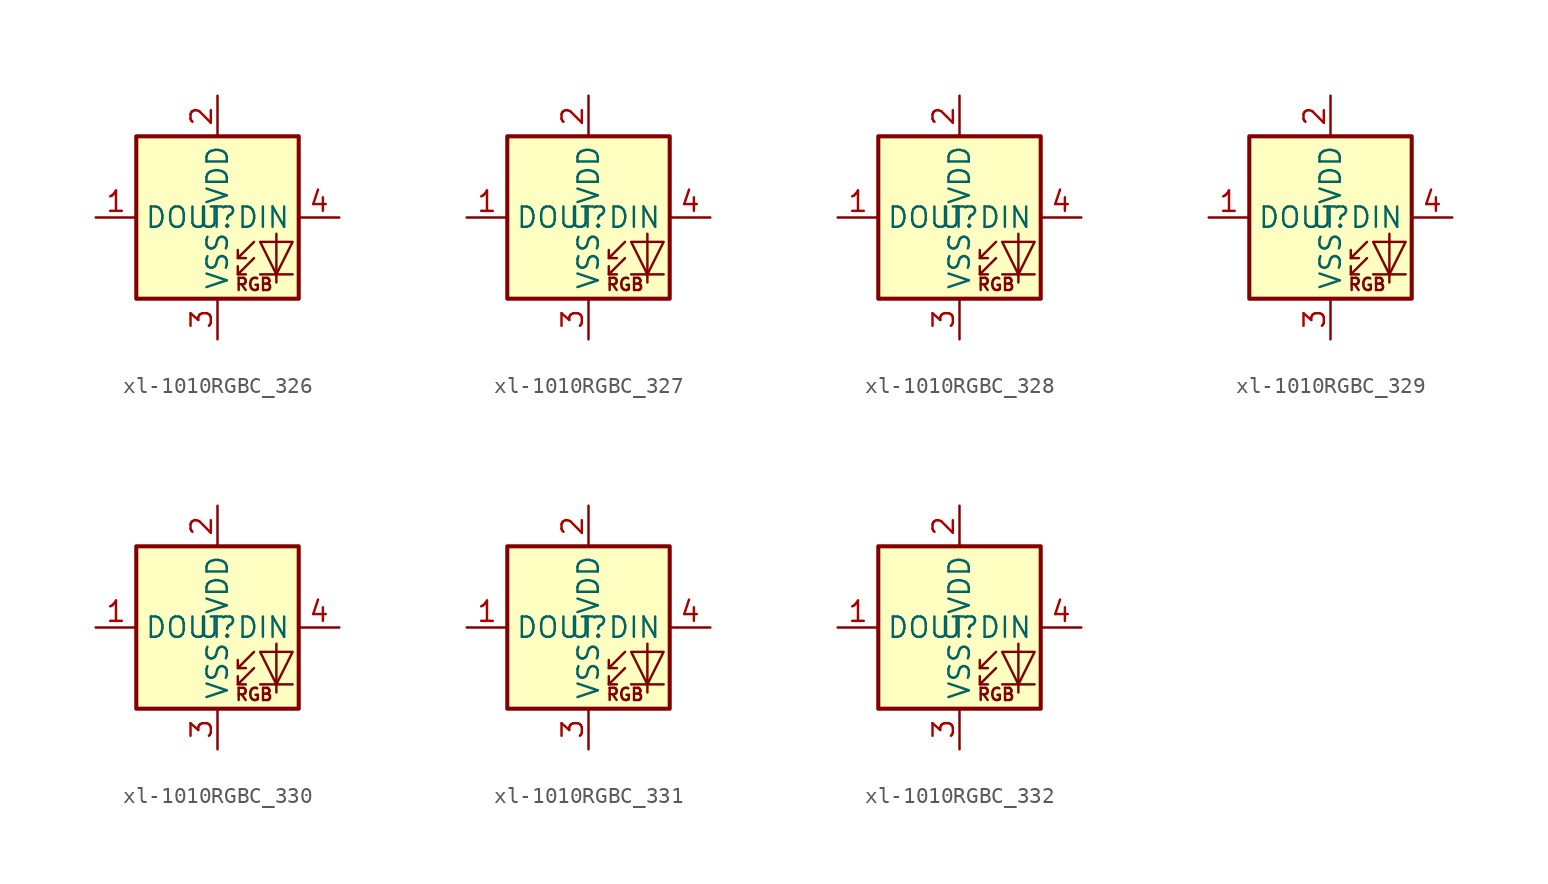
<source format=kicad_sym>
(kicad_symbol_lib
  (version 20231120)
  (generator "kicad_symbol_editor")
  (generator_version "8.0")
  (symbol "xl-1010RGBC_326"
    (property "Reference" "U"
      (at 0 0 0)
      (effects (font (size 1.27 1.27))))
    (property "Value" ""
      (at 0 0 0)
      (effects (font (size 1.27 1.27))))
    (symbol "xl-1010RGBC_326_0_0"
      (text "RGB" (at 2.286 -4.191 0) (effects (font (size 0.762 0.762)))))
    (symbol "xl-1010RGBC_326_0_1"
      (polyline (pts (xy 1.27 -3.556) (xy 1.778 -3.556)) (stroke (width 0) (type default)) (fill (type none)))
      (polyline (pts (xy 1.27 -2.54) (xy 1.778 -2.54)) (stroke (width 0) (type default)) (fill (type none)))
      (polyline (pts (xy 4.699 -3.556) (xy 2.667 -3.556)) (stroke (width 0) (type default)) (fill (type none)))
      (polyline (pts (xy 2.286 -2.54) (xy 1.27 -3.556) (xy 1.27 -3.048)) (stroke (width 0) (type default)) (fill (type none)))
      (polyline (pts (xy 2.286 -1.524) (xy 1.27 -2.54) (xy 1.27 -2.032)) (stroke (width 0) (type default)) (fill (type none)))
      (polyline (pts (xy 3.683 -1.016) (xy 3.683 -3.556) (xy 3.683 -4.064)) (stroke (width 0) (type default)) (fill (type none)))
      (polyline (pts (xy 4.699 -1.524) (xy 2.667 -1.524) (xy 3.683 -3.556) (xy 4.699 -1.524)) (stroke (width 0) (type default)) (fill (type none)))
      (rectangle (start 5.08 5.08) (end -5.08 -5.08) (stroke (width 0.254) (type default)) (fill (type background))))
    (symbol "xl-1010RGBC_326_1_1"
      (pin output line (at -7.62 0 0) (length 2.54) (name "DOUT" (effects (font (size 1.27 1.27)))) (number "1" (effects (font (size 1.27 1.27)))))
      (pin power_in line (at 0 7.62 270) (length 2.54) (name "VDD" (effects (font (size 1.27 1.27)))) (number "2" (effects (font (size 1.27 1.27)))))
      (pin power_in line (at 0 -7.62 90) (length 2.54) (name "VSS" (effects (font (size 1.27 1.27)))) (number "3" (effects (font (size 1.27 1.27)))))
      (pin input line (at 7.62 0 180) (length 2.54) (name "DIN" (effects (font (size 1.27 1.27)))) (number "4" (effects (font (size 1.27 1.27)))))))
  (symbol "xl-1010RGBC_327"
    (property "Reference" "U"
      (at 0 0 0)
      (effects (font (size 1.27 1.27))))
    (property "Value" ""
      (at 0 0 0)
      (effects (font (size 1.27 1.27))))
    (symbol "xl-1010RGBC_327_0_0"
      (text "RGB" (at 2.286 -4.191 0) (effects (font (size 0.762 0.762)))))
    (symbol "xl-1010RGBC_327_0_1"
      (polyline (pts (xy 1.27 -3.556) (xy 1.778 -3.556)) (stroke (width 0) (type default)) (fill (type none)))
      (polyline (pts (xy 1.27 -2.54) (xy 1.778 -2.54)) (stroke (width 0) (type default)) (fill (type none)))
      (polyline (pts (xy 4.699 -3.556) (xy 2.667 -3.556)) (stroke (width 0) (type default)) (fill (type none)))
      (polyline (pts (xy 2.286 -2.54) (xy 1.27 -3.556) (xy 1.27 -3.048)) (stroke (width 0) (type default)) (fill (type none)))
      (polyline (pts (xy 2.286 -1.524) (xy 1.27 -2.54) (xy 1.27 -2.032)) (stroke (width 0) (type default)) (fill (type none)))
      (polyline (pts (xy 3.683 -1.016) (xy 3.683 -3.556) (xy 3.683 -4.064)) (stroke (width 0) (type default)) (fill (type none)))
      (polyline (pts (xy 4.699 -1.524) (xy 2.667 -1.524) (xy 3.683 -3.556) (xy 4.699 -1.524)) (stroke (width 0) (type default)) (fill (type none)))
      (rectangle (start 5.08 5.08) (end -5.08 -5.08) (stroke (width 0.254) (type default)) (fill (type background))))
    (symbol "xl-1010RGBC_327_1_1"
      (pin output line (at -7.62 0 0) (length 2.54) (name "DOUT" (effects (font (size 1.27 1.27)))) (number "1" (effects (font (size 1.27 1.27)))))
      (pin power_in line (at 0 7.62 270) (length 2.54) (name "VDD" (effects (font (size 1.27 1.27)))) (number "2" (effects (font (size 1.27 1.27)))))
      (pin power_in line (at 0 -7.62 90) (length 2.54) (name "VSS" (effects (font (size 1.27 1.27)))) (number "3" (effects (font (size 1.27 1.27)))))
      (pin input line (at 7.62 0 180) (length 2.54) (name "DIN" (effects (font (size 1.27 1.27)))) (number "4" (effects (font (size 1.27 1.27)))))))
  (symbol "xl-1010RGBC_328"
    (property "Reference" "U"
      (at 0 0 0)
      (effects (font (size 1.27 1.27))))
    (property "Value" ""
      (at 0 0 0)
      (effects (font (size 1.27 1.27))))
    (symbol "xl-1010RGBC_328_0_0"
      (text "RGB" (at 2.286 -4.191 0) (effects (font (size 0.762 0.762)))))
    (symbol "xl-1010RGBC_328_0_1"
      (polyline (pts (xy 1.27 -3.556) (xy 1.778 -3.556)) (stroke (width 0) (type default)) (fill (type none)))
      (polyline (pts (xy 1.27 -2.54) (xy 1.778 -2.54)) (stroke (width 0) (type default)) (fill (type none)))
      (polyline (pts (xy 4.699 -3.556) (xy 2.667 -3.556)) (stroke (width 0) (type default)) (fill (type none)))
      (polyline (pts (xy 2.286 -2.54) (xy 1.27 -3.556) (xy 1.27 -3.048)) (stroke (width 0) (type default)) (fill (type none)))
      (polyline (pts (xy 2.286 -1.524) (xy 1.27 -2.54) (xy 1.27 -2.032)) (stroke (width 0) (type default)) (fill (type none)))
      (polyline (pts (xy 3.683 -1.016) (xy 3.683 -3.556) (xy 3.683 -4.064)) (stroke (width 0) (type default)) (fill (type none)))
      (polyline (pts (xy 4.699 -1.524) (xy 2.667 -1.524) (xy 3.683 -3.556) (xy 4.699 -1.524)) (stroke (width 0) (type default)) (fill (type none)))
      (rectangle (start 5.08 5.08) (end -5.08 -5.08) (stroke (width 0.254) (type default)) (fill (type background))))
    (symbol "xl-1010RGBC_328_1_1"
      (pin output line (at -7.62 0 0) (length 2.54) (name "DOUT" (effects (font (size 1.27 1.27)))) (number "1" (effects (font (size 1.27 1.27)))))
      (pin power_in line (at 0 7.62 270) (length 2.54) (name "VDD" (effects (font (size 1.27 1.27)))) (number "2" (effects (font (size 1.27 1.27)))))
      (pin power_in line (at 0 -7.62 90) (length 2.54) (name "VSS" (effects (font (size 1.27 1.27)))) (number "3" (effects (font (size 1.27 1.27)))))
      (pin input line (at 7.62 0 180) (length 2.54) (name "DIN" (effects (font (size 1.27 1.27)))) (number "4" (effects (font (size 1.27 1.27)))))))
  (symbol "xl-1010RGBC_329"
    (property "Reference" "U"
      (at 0 0 0)
      (effects (font (size 1.27 1.27))))
    (property "Value" ""
      (at 0 0 0)
      (effects (font (size 1.27 1.27))))
    (symbol "xl-1010RGBC_329_0_0"
      (text "RGB" (at 2.286 -4.191 0) (effects (font (size 0.762 0.762)))))
    (symbol "xl-1010RGBC_329_0_1"
      (polyline (pts (xy 1.27 -3.556) (xy 1.778 -3.556)) (stroke (width 0) (type default)) (fill (type none)))
      (polyline (pts (xy 1.27 -2.54) (xy 1.778 -2.54)) (stroke (width 0) (type default)) (fill (type none)))
      (polyline (pts (xy 4.699 -3.556) (xy 2.667 -3.556)) (stroke (width 0) (type default)) (fill (type none)))
      (polyline (pts (xy 2.286 -2.54) (xy 1.27 -3.556) (xy 1.27 -3.048)) (stroke (width 0) (type default)) (fill (type none)))
      (polyline (pts (xy 2.286 -1.524) (xy 1.27 -2.54) (xy 1.27 -2.032)) (stroke (width 0) (type default)) (fill (type none)))
      (polyline (pts (xy 3.683 -1.016) (xy 3.683 -3.556) (xy 3.683 -4.064)) (stroke (width 0) (type default)) (fill (type none)))
      (polyline (pts (xy 4.699 -1.524) (xy 2.667 -1.524) (xy 3.683 -3.556) (xy 4.699 -1.524)) (stroke (width 0) (type default)) (fill (type none)))
      (rectangle (start 5.08 5.08) (end -5.08 -5.08) (stroke (width 0.254) (type default)) (fill (type background))))
    (symbol "xl-1010RGBC_329_1_1"
      (pin output line (at -7.62 0 0) (length 2.54) (name "DOUT" (effects (font (size 1.27 1.27)))) (number "1" (effects (font (size 1.27 1.27)))))
      (pin power_in line (at 0 7.62 270) (length 2.54) (name "VDD" (effects (font (size 1.27 1.27)))) (number "2" (effects (font (size 1.27 1.27)))))
      (pin power_in line (at 0 -7.62 90) (length 2.54) (name "VSS" (effects (font (size 1.27 1.27)))) (number "3" (effects (font (size 1.27 1.27)))))
      (pin input line (at 7.62 0 180) (length 2.54) (name "DIN" (effects (font (size 1.27 1.27)))) (number "4" (effects (font (size 1.27 1.27)))))))
  (symbol "xl-1010RGBC_330"
    (property "Reference" "U"
      (at 0 0 0)
      (effects (font (size 1.27 1.27))))
    (property "Value" ""
      (at 0 0 0)
      (effects (font (size 1.27 1.27))))
    (symbol "xl-1010RGBC_330_0_0"
      (text "RGB" (at 2.286 -4.191 0) (effects (font (size 0.762 0.762)))))
    (symbol "xl-1010RGBC_330_0_1"
      (polyline (pts (xy 1.27 -3.556) (xy 1.778 -3.556)) (stroke (width 0) (type default)) (fill (type none)))
      (polyline (pts (xy 1.27 -2.54) (xy 1.778 -2.54)) (stroke (width 0) (type default)) (fill (type none)))
      (polyline (pts (xy 4.699 -3.556) (xy 2.667 -3.556)) (stroke (width 0) (type default)) (fill (type none)))
      (polyline (pts (xy 2.286 -2.54) (xy 1.27 -3.556) (xy 1.27 -3.048)) (stroke (width 0) (type default)) (fill (type none)))
      (polyline (pts (xy 2.286 -1.524) (xy 1.27 -2.54) (xy 1.27 -2.032)) (stroke (width 0) (type default)) (fill (type none)))
      (polyline (pts (xy 3.683 -1.016) (xy 3.683 -3.556) (xy 3.683 -4.064)) (stroke (width 0) (type default)) (fill (type none)))
      (polyline (pts (xy 4.699 -1.524) (xy 2.667 -1.524) (xy 3.683 -3.556) (xy 4.699 -1.524)) (stroke (width 0) (type default)) (fill (type none)))
      (rectangle (start 5.08 5.08) (end -5.08 -5.08) (stroke (width 0.254) (type default)) (fill (type background))))
    (symbol "xl-1010RGBC_330_1_1"
      (pin output line (at -7.62 0 0) (length 2.54) (name "DOUT" (effects (font (size 1.27 1.27)))) (number "1" (effects (font (size 1.27 1.27)))))
      (pin power_in line (at 0 7.62 270) (length 2.54) (name "VDD" (effects (font (size 1.27 1.27)))) (number "2" (effects (font (size 1.27 1.27)))))
      (pin power_in line (at 0 -7.62 90) (length 2.54) (name "VSS" (effects (font (size 1.27 1.27)))) (number "3" (effects (font (size 1.27 1.27)))))
      (pin input line (at 7.62 0 180) (length 2.54) (name "DIN" (effects (font (size 1.27 1.27)))) (number "4" (effects (font (size 1.27 1.27)))))))
  (symbol "xl-1010RGBC_331"
    (property "Reference" "U"
      (at 0 0 0)
      (effects (font (size 1.27 1.27))))
    (property "Value" ""
      (at 0 0 0)
      (effects (font (size 1.27 1.27))))
    (symbol "xl-1010RGBC_331_0_0"
      (text "RGB" (at 2.286 -4.191 0) (effects (font (size 0.762 0.762)))))
    (symbol "xl-1010RGBC_331_0_1"
      (polyline (pts (xy 1.27 -3.556) (xy 1.778 -3.556)) (stroke (width 0) (type default)) (fill (type none)))
      (polyline (pts (xy 1.27 -2.54) (xy 1.778 -2.54)) (stroke (width 0) (type default)) (fill (type none)))
      (polyline (pts (xy 4.699 -3.556) (xy 2.667 -3.556)) (stroke (width 0) (type default)) (fill (type none)))
      (polyline (pts (xy 2.286 -2.54) (xy 1.27 -3.556) (xy 1.27 -3.048)) (stroke (width 0) (type default)) (fill (type none)))
      (polyline (pts (xy 2.286 -1.524) (xy 1.27 -2.54) (xy 1.27 -2.032)) (stroke (width 0) (type default)) (fill (type none)))
      (polyline (pts (xy 3.683 -1.016) (xy 3.683 -3.556) (xy 3.683 -4.064)) (stroke (width 0) (type default)) (fill (type none)))
      (polyline (pts (xy 4.699 -1.524) (xy 2.667 -1.524) (xy 3.683 -3.556) (xy 4.699 -1.524)) (stroke (width 0) (type default)) (fill (type none)))
      (rectangle (start 5.08 5.08) (end -5.08 -5.08) (stroke (width 0.254) (type default)) (fill (type background))))
    (symbol "xl-1010RGBC_331_1_1"
      (pin output line (at -7.62 0 0) (length 2.54) (name "DOUT" (effects (font (size 1.27 1.27)))) (number "1" (effects (font (size 1.27 1.27)))))
      (pin power_in line (at 0 7.62 270) (length 2.54) (name "VDD" (effects (font (size 1.27 1.27)))) (number "2" (effects (font (size 1.27 1.27)))))
      (pin power_in line (at 0 -7.62 90) (length 2.54) (name "VSS" (effects (font (size 1.27 1.27)))) (number "3" (effects (font (size 1.27 1.27)))))
      (pin input line (at 7.62 0 180) (length 2.54) (name "DIN" (effects (font (size 1.27 1.27)))) (number "4" (effects (font (size 1.27 1.27)))))))
  (symbol "xl-1010RGBC_332"
    (property "Reference" "U"
      (at 0 0 0)
      (effects (font (size 1.27 1.27))))
    (property "Value" ""
      (at 0 0 0)
      (effects (font (size 1.27 1.27))))
    (symbol "xl-1010RGBC_332_0_0"
      (text "RGB" (at 2.286 -4.191 0) (effects (font (size 0.762 0.762)))))
    (symbol "xl-1010RGBC_332_0_1"
      (polyline (pts (xy 1.27 -3.556) (xy 1.778 -3.556)) (stroke (width 0) (type default)) (fill (type none)))
      (polyline (pts (xy 1.27 -2.54) (xy 1.778 -2.54)) (stroke (width 0) (type default)) (fill (type none)))
      (polyline (pts (xy 4.699 -3.556) (xy 2.667 -3.556)) (stroke (width 0) (type default)) (fill (type none)))
      (polyline (pts (xy 2.286 -2.54) (xy 1.27 -3.556) (xy 1.27 -3.048)) (stroke (width 0) (type default)) (fill (type none)))
      (polyline (pts (xy 2.286 -1.524) (xy 1.27 -2.54) (xy 1.27 -2.032)) (stroke (width 0) (type default)) (fill (type none)))
      (polyline (pts (xy 3.683 -1.016) (xy 3.683 -3.556) (xy 3.683 -4.064)) (stroke (width 0) (type default)) (fill (type none)))
      (polyline (pts (xy 4.699 -1.524) (xy 2.667 -1.524) (xy 3.683 -3.556) (xy 4.699 -1.524)) (stroke (width 0) (type default)) (fill (type none)))
      (rectangle (start 5.08 5.08) (end -5.08 -5.08) (stroke (width 0.254) (type default)) (fill (type background))))
    (symbol "xl-1010RGBC_332_1_1"
      (pin output line (at -7.62 0 0) (length 2.54) (name "DOUT" (effects (font (size 1.27 1.27)))) (number "1" (effects (font (size 1.27 1.27)))))
      (pin power_in line (at 0 7.62 270) (length 2.54) (name "VDD" (effects (font (size 1.27 1.27)))) (number "2" (effects (font (size 1.27 1.27)))))
      (pin power_in line (at 0 -7.62 90) (length 2.54) (name "VSS" (effects (font (size 1.27 1.27)))) (number "3" (effects (font (size 1.27 1.27)))))
      (pin input line (at 7.62 0 180) (length 2.54) (name "DIN" (effects (font (size 1.27 1.27)))) (number "4" (effects (font (size 1.27 1.27))))))))
</source>
